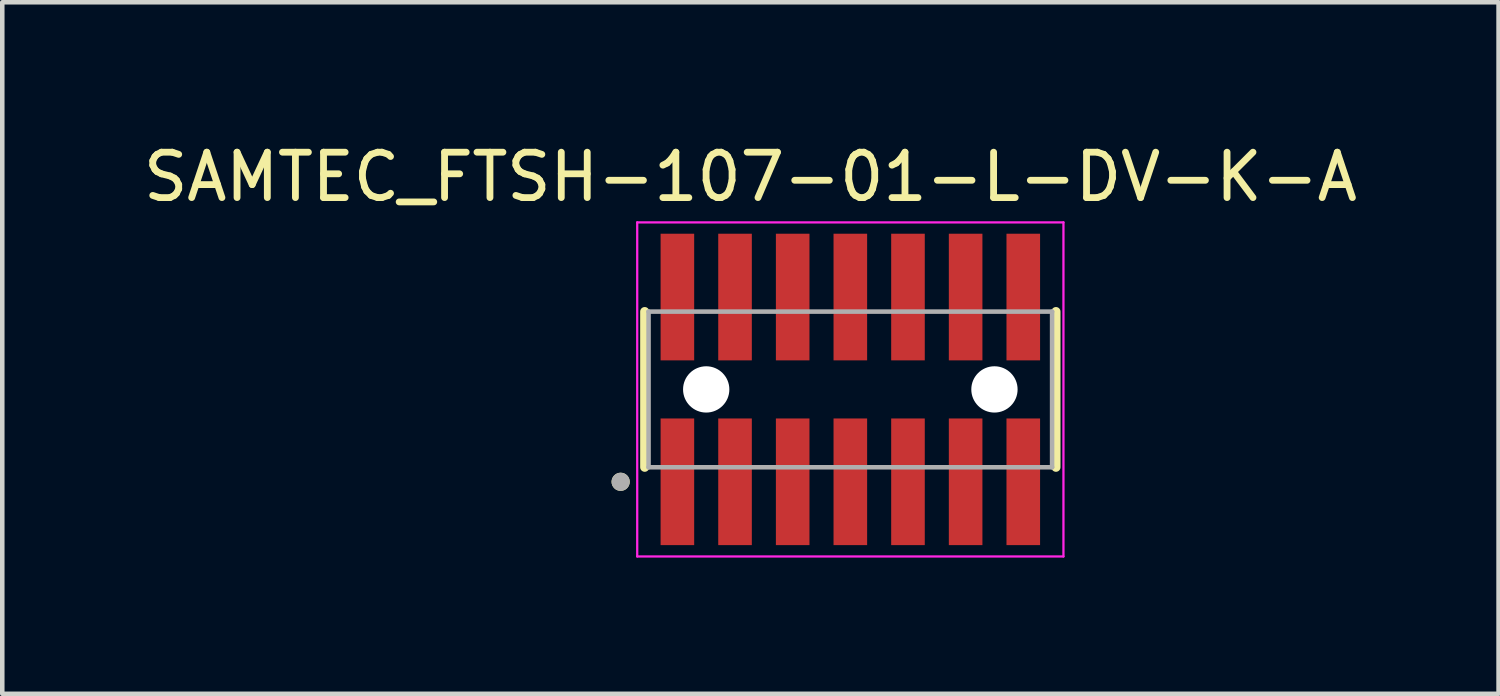
<source format=kicad_pcb>
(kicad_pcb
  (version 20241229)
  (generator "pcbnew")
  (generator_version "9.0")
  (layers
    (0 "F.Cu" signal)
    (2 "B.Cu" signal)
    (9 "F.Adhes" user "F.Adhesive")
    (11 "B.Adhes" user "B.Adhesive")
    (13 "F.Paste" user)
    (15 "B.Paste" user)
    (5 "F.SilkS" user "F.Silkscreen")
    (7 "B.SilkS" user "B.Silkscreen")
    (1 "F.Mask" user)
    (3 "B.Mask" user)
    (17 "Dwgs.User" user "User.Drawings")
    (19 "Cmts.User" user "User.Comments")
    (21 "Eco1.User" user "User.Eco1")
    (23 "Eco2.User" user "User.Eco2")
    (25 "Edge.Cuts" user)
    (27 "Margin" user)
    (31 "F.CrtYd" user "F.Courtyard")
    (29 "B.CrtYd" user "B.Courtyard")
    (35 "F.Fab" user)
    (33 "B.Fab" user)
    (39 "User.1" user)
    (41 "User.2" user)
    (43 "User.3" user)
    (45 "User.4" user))
  (footprint "SAMTEC_FTSH-107-01-L-DV-K-A"
    (layer "F.Cu")
    (at 15.683 5.529)
    (property "Reference" "SAMTEC_FTSH-107-01-L-DV-K-A" (at -2.201 -4.681 0) (layer "F.SilkS") (effects (font (size 1 1) (thickness 0.15))))
    (attr smd)
    (fp_circle (center -3.175 0) (end -2.614 0) (stroke (width 0) (type solid)) (fill yes) (layer "B.Mask"))
    (fp_circle (center 3.175 0) (end 3.736 0) (stroke (width 0) (type solid)) (fill yes) (layer "B.Mask"))
    (fp_line (start -4.53 -1.715) (end -4.53 1.715) (stroke (width 0.2) (type solid)) (layer "F.SilkS"))
    (fp_line (start 4.53 1.715) (end 4.53 -1.715) (stroke (width 0.2) (type solid)) (layer "F.SilkS"))
    (fp_circle (center -5.06 2.035) (end -4.96 2.035) (stroke (width 0.2) (type solid)) (fill no) (layer "F.SilkS"))
    (fp_line (start -4.695 -3.68) (end 4.695 -3.68) (stroke (width 0.05) (type solid)) (layer "F.CrtYd"))
    (fp_line (start -4.695 3.68) (end -4.695 -3.68) (stroke (width 0.05) (type solid)) (layer "F.CrtYd"))
    (fp_line (start 4.695 -3.68) (end 4.695 3.68) (stroke (width 0.05) (type solid)) (layer "F.CrtYd"))
    (fp_line (start 4.695 3.68) (end -4.695 3.68) (stroke (width 0.05) (type solid)) (layer "F.CrtYd"))
    (fp_line (start -4.445 1.715) (end -4.445 -1.715) (stroke (width 0.1) (type solid)) (layer "F.Fab"))
    (fp_line (start -4.445 1.715) (end 4.445 1.715) (stroke (width 0.1) (type solid)) (layer "F.Fab"))
    (fp_line (start 4.445 -1.715) (end -4.445 -1.715) (stroke (width 0.1) (type solid)) (layer "F.Fab"))
    (fp_line (start 4.445 1.715) (end 4.445 -1.715) (stroke (width 0.1) (type solid)) (layer "F.Fab"))
    (fp_circle (center -5.06 2.035) (end -4.96 2.035) (stroke (width 0.2) (type solid)) (fill no) (layer "F.Fab"))
    (pad "" np_thru_hole circle (at -3.175 0) (size 1.02 1.02) (drill 1.02) (layers "*.Cu" "*.Mask"))
    (pad "" np_thru_hole circle (at 3.175 0) (size 1.02 1.02) (drill 1.02) (layers "*.Cu" "*.Mask"))
    (pad "1" smd rect (at -3.81 2.035) (size 0.74 2.79) (layers "F.Cu" "F.Mask" "F.Paste"))
    (pad "2" smd rect (at -3.81 -2.035) (size 0.74 2.79) (layers "F.Cu" "F.Mask" "F.Paste"))
    (pad "3" smd rect (at -2.54 2.035) (size 0.74 2.79) (layers "F.Cu" "F.Mask" "F.Paste"))
    (pad "4" smd rect (at -2.54 -2.035) (size 0.74 2.79) (layers "F.Cu" "F.Mask" "F.Paste"))
    (pad "5" smd rect (at -1.27 2.035) (size 0.74 2.79) (layers "F.Cu" "F.Mask" "F.Paste"))
    (pad "6" smd rect (at -1.27 -2.035) (size 0.74 2.79) (layers "F.Cu" "F.Mask" "F.Paste"))
    (pad "7" smd rect (at 0 2.035) (size 0.74 2.79) (layers "F.Cu" "F.Mask" "F.Paste"))
    (pad "8" smd rect (at 0 -2.035) (size 0.74 2.79) (layers "F.Cu" "F.Mask" "F.Paste"))
    (pad "9" smd rect (at 1.27 2.035) (size 0.74 2.79) (layers "F.Cu" "F.Mask" "F.Paste"))
    (pad "10" smd rect (at 1.27 -2.035) (size 0.74 2.79) (layers "F.Cu" "F.Mask" "F.Paste"))
    (pad "11" smd rect (at 2.54 2.035) (size 0.74 2.79) (layers "F.Cu" "F.Mask" "F.Paste"))
    (pad "12" smd rect (at 2.54 -2.035) (size 0.74 2.79) (layers "F.Cu" "F.Mask" "F.Paste"))
    (pad "13" smd rect (at 3.81 2.035) (size 0.74 2.79) (layers "F.Cu" "F.Mask" "F.Paste"))
    (pad "14" smd rect (at 3.81 -2.035) (size 0.74 2.79) (layers "F.Cu" "F.Mask" "F.Paste")))
  (gr_rect
    (start -3 -3)
    (end 29.964 12.234)
    (stroke (width 0.1) (type default))
    (fill no)
    (layer "Edge.Cuts")))
</source>
